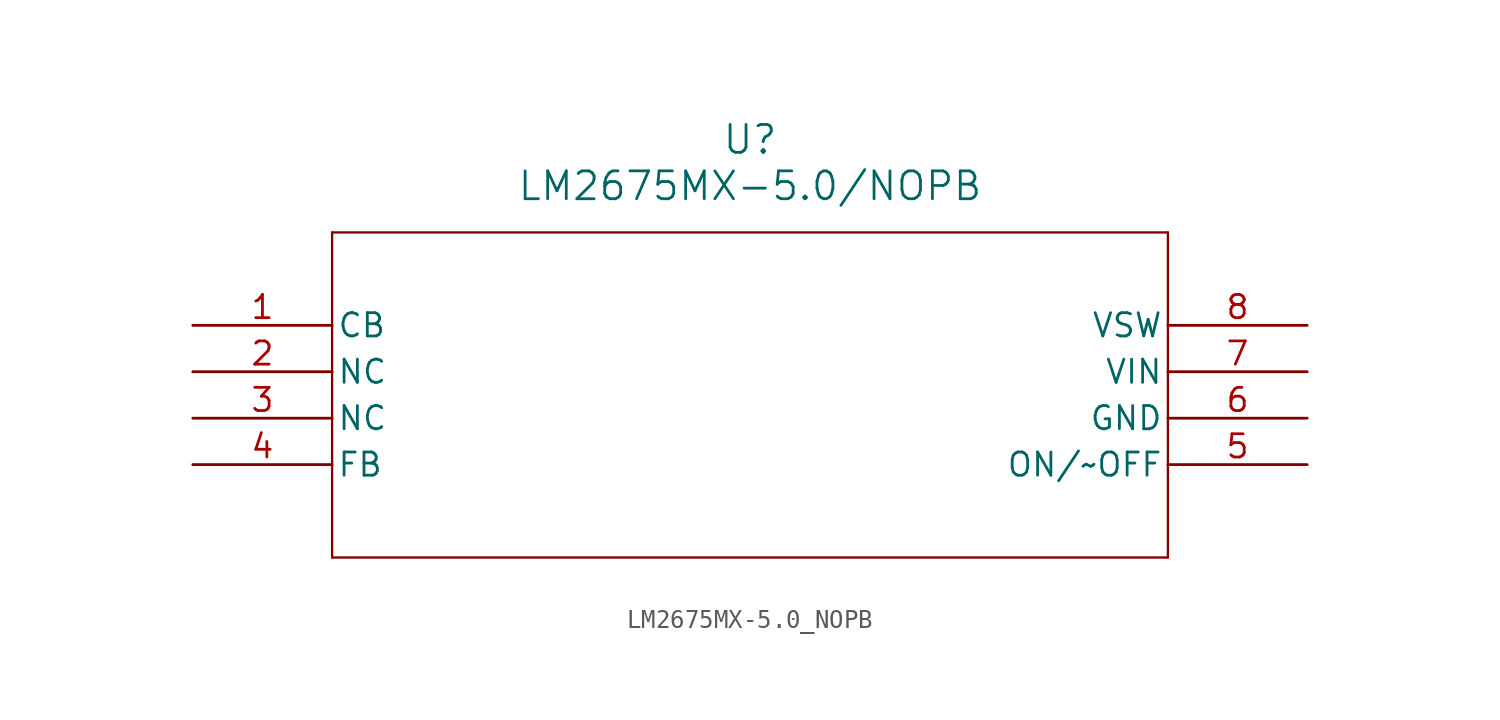
<source format=kicad_sym>
(kicad_symbol_lib
  (version 20211014)
  (generator kicad_symbol_editor)
  (symbol "LM2675MX-5.0_NOPB"
    (pin_names
      (offset 0.254))
    (property "Reference" "U"
      (at 30.48 10.16 0)
      (effects (font (size 1.524 1.524))))
    (property "Value" "LM2675MX-5.0/NOPB"
      (at 30.48 7.62 0)
      (effects (font (size 1.524 1.524))))
    (symbol "LM2675MX-5.0_NOPB_0_1"
      (polyline (pts (xy 7.62 5.08) (xy 7.62 -12.7)) (stroke (width 0.127) (type default) (color 0 0 0 0)) (fill (type none)))
      (polyline (pts (xy 7.62 -12.7) (xy 53.34 -12.7)) (stroke (width 0.127) (type default) (color 0 0 0 0)) (fill (type none)))
      (polyline (pts (xy 53.34 -12.7) (xy 53.34 5.08)) (stroke (width 0.127) (type default) (color 0 0 0 0)) (fill (type none)))
      (polyline (pts (xy 53.34 5.08) (xy 7.62 5.08)) (stroke (width 0.127) (type default) (color 0 0 0 0)) (fill (type none)))
      (pin passive line (at 0 0 0) (length 7.62) (name "CB" (effects (font (size 1.27 1.27)))) (number "1" (effects (font (size 1.27 1.27)))))
      (pin passive line (at 0 -2.54 0) (length 7.62) (name "NC" (effects (font (size 1.27 1.27)))) (number "2" (effects (font (size 1.27 1.27)))))
      (pin passive line (at 0 -5.08 0) (length 7.62) (name "NC" (effects (font (size 1.27 1.27)))) (number "3" (effects (font (size 1.27 1.27)))))
      (pin passive line (at 0 -7.62 0) (length 7.62) (name "FB" (effects (font (size 1.27 1.27)))) (number "4" (effects (font (size 1.27 1.27)))))
      (pin passive line (at 60.96 -7.62 180) (length 7.62) (name "ON/~OFF" (effects (font (size 1.27 1.27)))) (number "5" (effects (font (size 1.27 1.27)))))
      (pin passive line (at 60.96 -5.08 180) (length 7.62) (name "GND" (effects (font (size 1.27 1.27)))) (number "6" (effects (font (size 1.27 1.27)))))
      (pin input line (at 60.96 -2.54 180) (length 7.62) (name "VIN" (effects (font (size 1.27 1.27)))) (number "7" (effects (font (size 1.27 1.27)))))
      (pin output line (at 60.96 0 180) (length 7.62) (name "VSW" (effects (font (size 1.27 1.27)))) (number "8" (effects (font (size 1.27 1.27))))))))
</source>
